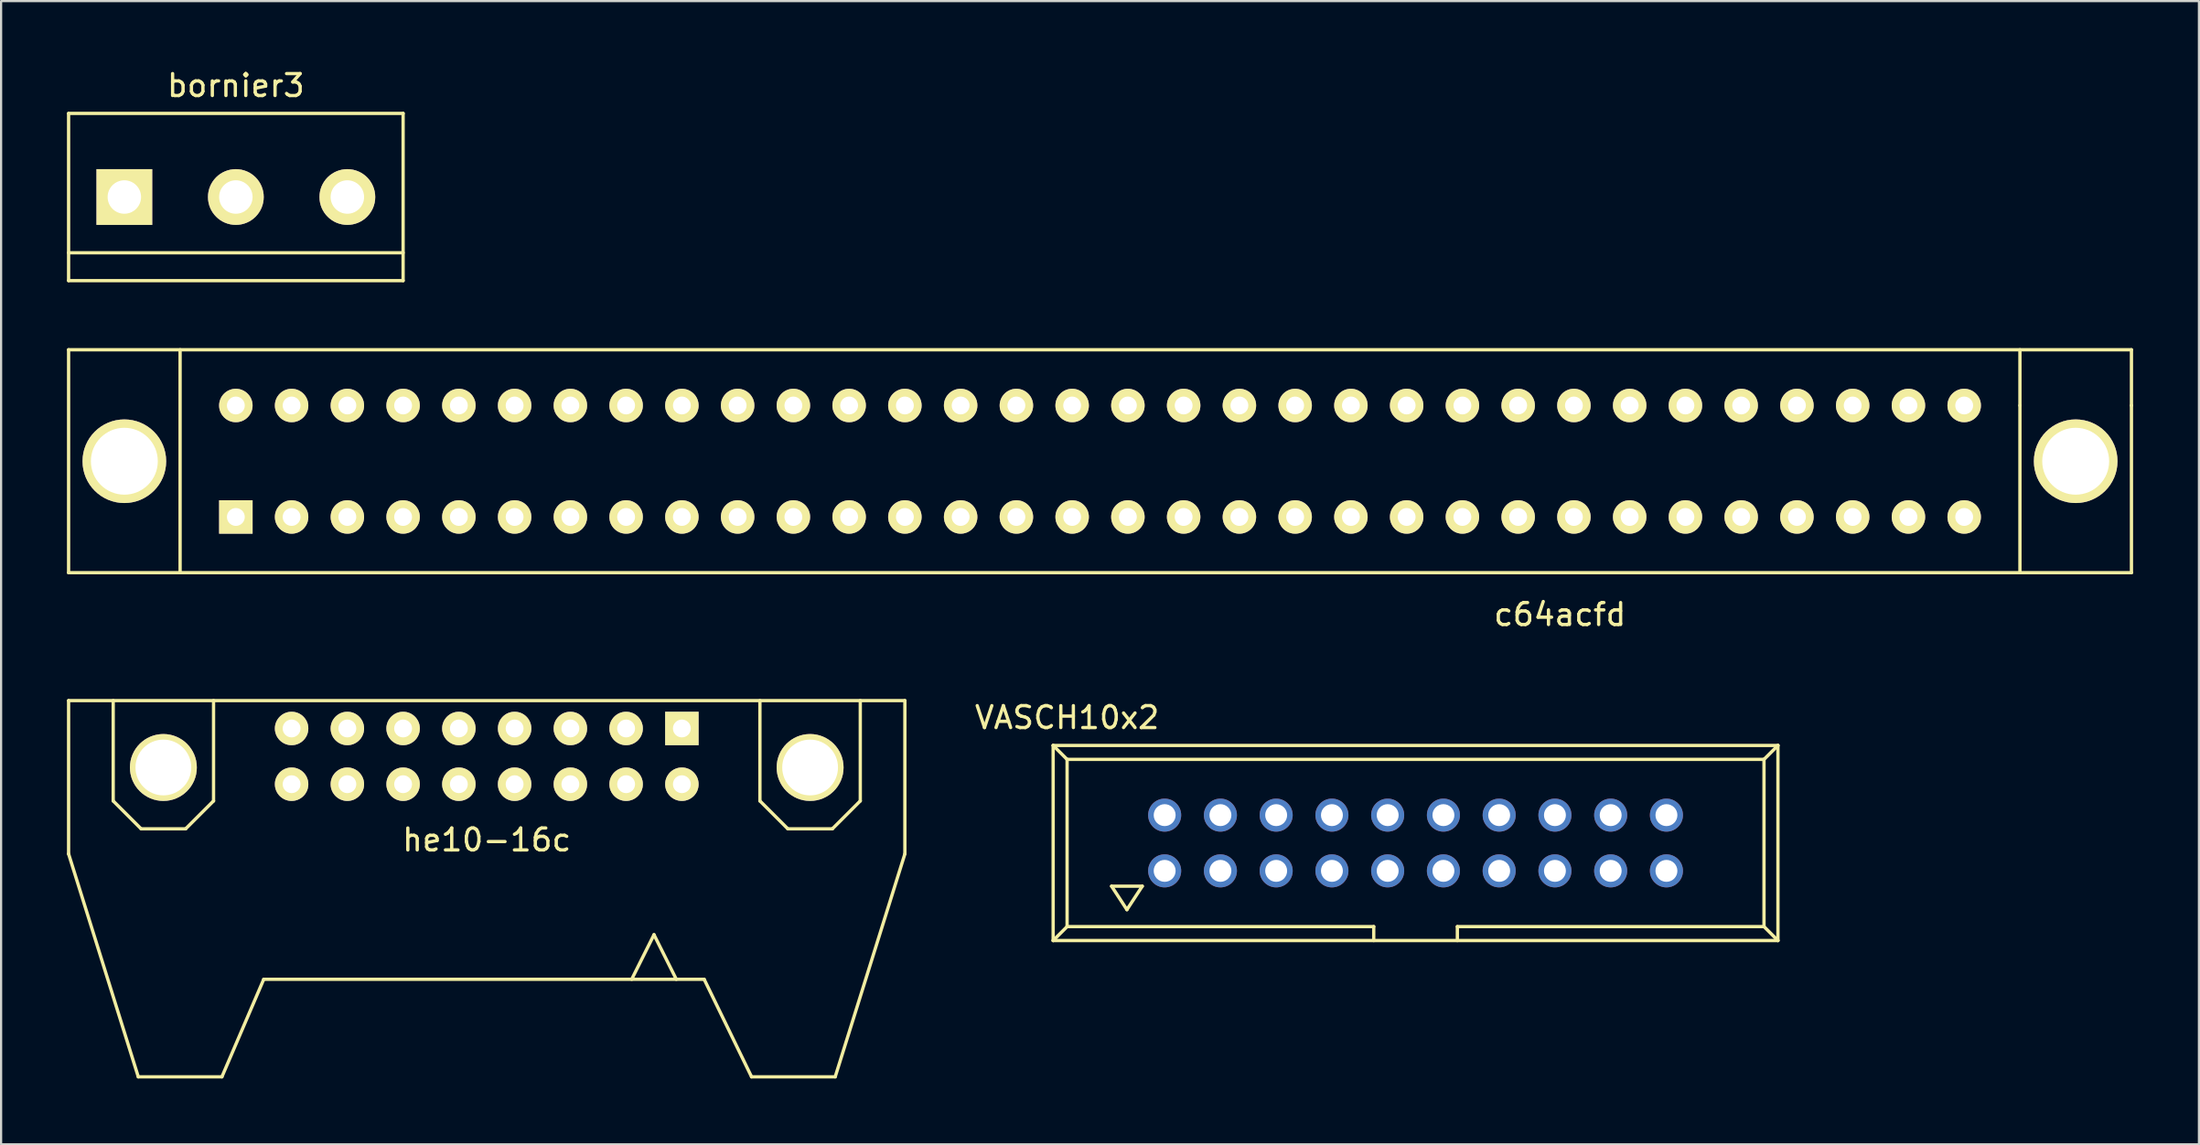
<source format=kicad_pcb>
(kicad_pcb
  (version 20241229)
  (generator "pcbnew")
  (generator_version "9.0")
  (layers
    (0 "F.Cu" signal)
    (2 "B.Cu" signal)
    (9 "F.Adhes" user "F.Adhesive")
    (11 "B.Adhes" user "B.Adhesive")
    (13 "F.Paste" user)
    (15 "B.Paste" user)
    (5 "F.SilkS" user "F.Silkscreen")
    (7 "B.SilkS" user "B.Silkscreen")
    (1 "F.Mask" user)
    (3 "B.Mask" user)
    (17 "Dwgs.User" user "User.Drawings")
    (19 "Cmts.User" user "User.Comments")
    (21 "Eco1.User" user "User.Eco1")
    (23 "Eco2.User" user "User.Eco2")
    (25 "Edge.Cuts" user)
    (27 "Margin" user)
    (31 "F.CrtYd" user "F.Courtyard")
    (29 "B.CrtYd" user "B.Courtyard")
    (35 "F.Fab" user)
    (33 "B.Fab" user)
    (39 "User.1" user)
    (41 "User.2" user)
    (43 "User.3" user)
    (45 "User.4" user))
  (footprint "he10-16c"
    (layer "F.Cu")
    (at 19.125 31.416)
    (property "Reference" "he10-16c" (at 0 3.81 0) (layer "F.SilkS") (effects (font (size 1 1) (thickness 0.15))))
    (attr through_hole)
    (fp_line (start -19.05 -2.54) (end -19.05 4.445) (stroke (width 0.15) (type solid)) (layer "F.SilkS"))
    (fp_line (start -19.05 -2.54) (end 19.05 -2.54) (stroke (width 0.15) (type solid)) (layer "F.SilkS"))
    (fp_line (start -19.05 4.445) (end -15.875 14.605) (stroke (width 0.15) (type solid)) (layer "F.SilkS"))
    (fp_line (start -17.018 2.032) (end -17.018 -2.54) (stroke (width 0.15) (type solid)) (layer "F.SilkS"))
    (fp_line (start -15.875 14.605) (end -12.065 14.605) (stroke (width 0.15) (type solid)) (layer "F.SilkS"))
    (fp_line (start -15.748 3.302) (end -17.018 2.032) (stroke (width 0.15) (type solid)) (layer "F.SilkS"))
    (fp_line (start -13.716 3.302) (end -15.748 3.302) (stroke (width 0.15) (type solid)) (layer "F.SilkS"))
    (fp_line (start -12.446 -2.54) (end -12.446 2.032) (stroke (width 0.15) (type solid)) (layer "F.SilkS"))
    (fp_line (start -12.446 2.032) (end -13.716 3.302) (stroke (width 0.15) (type solid)) (layer "F.SilkS"))
    (fp_line (start -12.065 14.605) (end -10.16 10.16) (stroke (width 0.15) (type solid)) (layer "F.SilkS"))
    (fp_line (start -10.16 10.16) (end 9.906 10.16) (stroke (width 0.15) (type solid)) (layer "F.SilkS"))
    (fp_line (start 7.62 8.128) (end 6.604 10.16) (stroke (width 0.15) (type solid)) (layer "F.SilkS"))
    (fp_line (start 8.636 10.16) (end 7.62 8.128) (stroke (width 0.15) (type solid)) (layer "F.SilkS"))
    (fp_line (start 12.065 14.605) (end 9.906 10.16) (stroke (width 0.15) (type solid)) (layer "F.SilkS"))
    (fp_line (start 12.446 2.032) (end 12.446 -2.54) (stroke (width 0.15) (type solid)) (layer "F.SilkS"))
    (fp_line (start 13.716 3.302) (end 12.446 2.032) (stroke (width 0.15) (type solid)) (layer "F.SilkS"))
    (fp_line (start 15.748 3.302) (end 13.716 3.302) (stroke (width 0.15) (type solid)) (layer "F.SilkS"))
    (fp_line (start 15.875 14.605) (end 12.065 14.605) (stroke (width 0.15) (type solid)) (layer "F.SilkS"))
    (fp_line (start 17.018 -2.54) (end 17.018 2.032) (stroke (width 0.15) (type solid)) (layer "F.SilkS"))
    (fp_line (start 17.018 2.032) (end 15.748 3.302) (stroke (width 0.15) (type solid)) (layer "F.SilkS"))
    (fp_line (start 19.05 -2.54) (end 19.05 4.445) (stroke (width 0.15) (type solid)) (layer "F.SilkS"))
    (fp_line (start 19.05 4.445) (end 15.875 14.605) (stroke (width 0.15) (type solid)) (layer "F.SilkS"))
    (pad "0" thru_hole circle (at -14.732 0.508) (size 3.048 3.048) (drill 2.54) (layers "*.Cu" "*.Mask" "F.SilkS"))
    (pad "0" thru_hole circle (at 14.732 0.508) (size 3.048 3.048) (drill 2.54) (layers "*.Cu" "*.Mask" "F.SilkS"))
    (pad "1" thru_hole rect (at 8.89 -1.27) (size 1.524 1.524) (drill 0.813) (layers "*.Cu" "*.Mask" "F.SilkS"))
    (pad "2" thru_hole circle (at 8.89 1.27) (size 1.524 1.524) (drill 0.813) (layers "*.Cu" "*.Mask" "F.SilkS"))
    (pad "3" thru_hole circle (at 6.35 -1.27) (size 1.524 1.524) (drill 0.813) (layers "*.Cu" "*.Mask" "F.SilkS"))
    (pad "4" thru_hole circle (at 6.35 1.27) (size 1.524 1.524) (drill 0.813) (layers "*.Cu" "*.Mask" "F.SilkS"))
    (pad "5" thru_hole circle (at 3.81 -1.27) (size 1.524 1.524) (drill 0.813) (layers "*.Cu" "*.Mask" "F.SilkS"))
    (pad "6" thru_hole circle (at 3.81 1.27) (size 1.524 1.524) (drill 0.813) (layers "*.Cu" "*.Mask" "F.SilkS"))
    (pad "7" thru_hole circle (at 1.27 -1.27) (size 1.524 1.524) (drill 0.813) (layers "*.Cu" "*.Mask" "F.SilkS"))
    (pad "8" thru_hole circle (at 1.27 1.27) (size 1.524 1.524) (drill 0.813) (layers "*.Cu" "*.Mask" "F.SilkS"))
    (pad "9" thru_hole circle (at -1.27 -1.27) (size 1.524 1.524) (drill 0.813) (layers "*.Cu" "*.Mask" "F.SilkS"))
    (pad "10" thru_hole circle (at -1.27 1.27) (size 1.524 1.524) (drill 0.813) (layers "*.Cu" "*.Mask" "F.SilkS"))
    (pad "11" thru_hole circle (at -3.81 -1.27) (size 1.524 1.524) (drill 0.813) (layers "*.Cu" "*.Mask" "F.SilkS"))
    (pad "12" thru_hole circle (at -3.81 1.27) (size 1.524 1.524) (drill 0.813) (layers "*.Cu" "*.Mask" "F.SilkS"))
    (pad "13" thru_hole circle (at -6.35 -1.27) (size 1.524 1.524) (drill 0.813) (layers "*.Cu" "*.Mask" "F.SilkS"))
    (pad "14" thru_hole circle (at -6.35 1.27) (size 1.524 1.524) (drill 0.813) (layers "*.Cu" "*.Mask" "F.SilkS"))
    (pad "15" thru_hole circle (at -8.89 -1.27) (size 1.524 1.524) (drill 0.813) (layers "*.Cu" "*.Mask" "F.SilkS"))
    (pad "16" thru_hole circle (at -8.89 1.27) (size 1.524 1.524) (drill 0.813) (layers "*.Cu" "*.Mask" "F.SilkS")))
  (footprint "c64acfd"
    (layer "F.Cu")
    (at 47.065 17.968)
    (property "Reference" "c64acfd" (at 20.955 6.985 0) (layer "F.SilkS") (effects (font (size 1 1) (thickness 0.15))))
    (attr through_hole)
    (fp_line (start -46.99 5.08) (end -46.99 -5.08) (stroke (width 0.15) (type solid)) (layer "F.SilkS"))
    (fp_line (start -41.91 -5.08) (end -41.91 5.08) (stroke (width 0.15) (type solid)) (layer "F.SilkS"))
    (fp_line (start 41.91 -2.54) (end 41.91 -5.08) (stroke (width 0.15) (type solid)) (layer "F.SilkS"))
    (fp_line (start 41.91 -2.54) (end 41.91 5.08) (stroke (width 0.15) (type solid)) (layer "F.SilkS"))
    (fp_line (start 46.99 -5.08) (end -46.99 -5.08) (stroke (width 0.15) (type solid)) (layer "F.SilkS"))
    (fp_line (start 46.99 -2.54) (end 46.99 -5.08) (stroke (width 0.15) (type solid)) (layer "F.SilkS"))
    (fp_line (start 46.99 -2.54) (end 46.99 5.08) (stroke (width 0.15) (type solid)) (layer "F.SilkS"))
    (fp_line (start 46.99 5.08) (end -46.99 5.08) (stroke (width 0.15) (type solid)) (layer "F.SilkS"))
    (pad "65" thru_hole circle (at 44.45 0) (size 3.81 3.81) (drill 3.048) (layers "*.Cu" "*.Mask" "F.SilkS"))
    (pad "66" thru_hole circle (at -44.45 0) (size 3.81 3.81) (drill 3.048) (layers "*.Cu" "*.Mask" "F.SilkS"))
    (pad "A1" thru_hole rect (at -39.37 2.54) (size 1.524 1.524) (drill 0.813) (layers "*.Cu" "*.Mask" "F.SilkS"))
    (pad "A2" thru_hole circle (at -36.83 2.54) (size 1.524 1.524) (drill 0.813) (layers "*.Cu" "*.Mask" "F.SilkS"))
    (pad "A3" thru_hole circle (at -34.29 2.54) (size 1.524 1.524) (drill 0.813) (layers "*.Cu" "*.Mask" "F.SilkS"))
    (pad "A4" thru_hole circle (at -31.75 2.54) (size 1.524 1.524) (drill 0.813) (layers "*.Cu" "*.Mask" "F.SilkS"))
    (pad "A5" thru_hole circle (at -29.21 2.54) (size 1.524 1.524) (drill 0.813) (layers "*.Cu" "*.Mask" "F.SilkS"))
    (pad "A6" thru_hole circle (at -26.67 2.54) (size 1.524 1.524) (drill 0.813) (layers "*.Cu" "*.Mask" "F.SilkS"))
    (pad "A7" thru_hole circle (at -24.13 2.54) (size 1.524 1.524) (drill 0.813) (layers "*.Cu" "*.Mask" "F.SilkS"))
    (pad "A8" thru_hole circle (at -21.59 2.54) (size 1.524 1.524) (drill 0.813) (layers "*.Cu" "*.Mask" "F.SilkS"))
    (pad "A9" thru_hole circle (at -19.05 2.54) (size 1.524 1.524) (drill 0.813) (layers "*.Cu" "*.Mask" "F.SilkS"))
    (pad "A10" thru_hole circle (at -16.51 2.54) (size 1.524 1.524) (drill 0.813) (layers "*.Cu" "*.Mask" "F.SilkS"))
    (pad "A11" thru_hole circle (at -13.97 2.54) (size 1.524 1.524) (drill 0.813) (layers "*.Cu" "*.Mask" "F.SilkS"))
    (pad "A12" thru_hole circle (at -11.43 2.54) (size 1.524 1.524) (drill 0.813) (layers "*.Cu" "*.Mask" "F.SilkS"))
    (pad "A13" thru_hole circle (at -8.89 2.54) (size 1.524 1.524) (drill 0.813) (layers "*.Cu" "*.Mask" "F.SilkS"))
    (pad "A14" thru_hole circle (at -6.35 2.54) (size 1.524 1.524) (drill 0.813) (layers "*.Cu" "*.Mask" "F.SilkS"))
    (pad "A15" thru_hole circle (at -3.81 2.54) (size 1.524 1.524) (drill 0.813) (layers "*.Cu" "*.Mask" "F.SilkS"))
    (pad "A16" thru_hole circle (at -1.27 2.54) (size 1.524 1.524) (drill 0.813) (layers "*.Cu" "*.Mask" "F.SilkS"))
    (pad "A17" thru_hole circle (at 1.27 2.54) (size 1.524 1.524) (drill 0.813) (layers "*.Cu" "*.Mask" "F.SilkS"))
    (pad "A18" thru_hole circle (at 3.81 2.54) (size 1.524 1.524) (drill 0.813) (layers "*.Cu" "*.Mask" "F.SilkS"))
    (pad "A19" thru_hole circle (at 6.35 2.54) (size 1.524 1.524) (drill 0.813) (layers "*.Cu" "*.Mask" "F.SilkS"))
    (pad "A20" thru_hole circle (at 8.89 2.54) (size 1.524 1.524) (drill 0.813) (layers "*.Cu" "*.Mask" "F.SilkS"))
    (pad "A21" thru_hole circle (at 11.43 2.54) (size 1.524 1.524) (drill 0.813) (layers "*.Cu" "*.Mask" "F.SilkS"))
    (pad "A22" thru_hole circle (at 13.97 2.54) (size 1.524 1.524) (drill 0.813) (layers "*.Cu" "*.Mask" "F.SilkS"))
    (pad "A23" thru_hole circle (at 16.51 2.54) (size 1.524 1.524) (drill 0.813) (layers "*.Cu" "*.Mask" "F.SilkS"))
    (pad "A24" thru_hole circle (at 19.05 2.54) (size 1.524 1.524) (drill 0.813) (layers "*.Cu" "*.Mask" "F.SilkS"))
    (pad "A25" thru_hole circle (at 21.59 2.54) (size 1.524 1.524) (drill 0.813) (layers "*.Cu" "*.Mask" "F.SilkS"))
    (pad "A26" thru_hole circle (at 24.13 2.54) (size 1.524 1.524) (drill 0.813) (layers "*.Cu" "*.Mask" "F.SilkS"))
    (pad "A27" thru_hole circle (at 26.67 2.54) (size 1.524 1.524) (drill 0.813) (layers "*.Cu" "*.Mask" "F.SilkS"))
    (pad "A28" thru_hole circle (at 29.21 2.54) (size 1.524 1.524) (drill 0.813) (layers "*.Cu" "*.Mask" "F.SilkS"))
    (pad "A29" thru_hole circle (at 31.75 2.54) (size 1.524 1.524) (drill 0.813) (layers "*.Cu" "*.Mask" "F.SilkS"))
    (pad "A30" thru_hole circle (at 34.29 2.54) (size 1.524 1.524) (drill 0.813) (layers "*.Cu" "*.Mask" "F.SilkS"))
    (pad "A31" thru_hole circle (at 36.83 2.54) (size 1.524 1.524) (drill 0.813) (layers "*.Cu" "*.Mask" "F.SilkS"))
    (pad "A32" thru_hole circle (at 39.37 2.54) (size 1.524 1.524) (drill 0.813) (layers "*.Cu" "*.Mask" "F.SilkS"))
    (pad "C1" thru_hole circle (at -39.37 -2.54) (size 1.524 1.524) (drill 0.813) (layers "*.Cu" "*.Mask" "F.SilkS"))
    (pad "C2" thru_hole circle (at -36.83 -2.54) (size 1.524 1.524) (drill 0.813) (layers "*.Cu" "*.Mask" "F.SilkS"))
    (pad "C3" thru_hole circle (at -34.29 -2.54) (size 1.524 1.524) (drill 0.813) (layers "*.Cu" "*.Mask" "F.SilkS"))
    (pad "C4" thru_hole circle (at -31.75 -2.54) (size 1.524 1.524) (drill 0.813) (layers "*.Cu" "*.Mask" "F.SilkS"))
    (pad "C5" thru_hole circle (at -29.21 -2.54) (size 1.524 1.524) (drill 0.813) (layers "*.Cu" "*.Mask" "F.SilkS"))
    (pad "C6" thru_hole circle (at -26.67 -2.54) (size 1.524 1.524) (drill 0.813) (layers "*.Cu" "*.Mask" "F.SilkS"))
    (pad "C7" thru_hole circle (at -24.13 -2.54) (size 1.524 1.524) (drill 0.813) (layers "*.Cu" "*.Mask" "F.SilkS"))
    (pad "C8" thru_hole circle (at -21.59 -2.54) (size 1.524 1.524) (drill 0.813) (layers "*.Cu" "*.Mask" "F.SilkS"))
    (pad "C9" thru_hole circle (at -19.05 -2.54) (size 1.524 1.524) (drill 0.813) (layers "*.Cu" "*.Mask" "F.SilkS"))
    (pad "C10" thru_hole circle (at -16.51 -2.54) (size 1.524 1.524) (drill 0.813) (layers "*.Cu" "*.Mask" "F.SilkS"))
    (pad "C11" thru_hole circle (at -13.97 -2.54) (size 1.524 1.524) (drill 0.813) (layers "*.Cu" "*.Mask" "F.SilkS"))
    (pad "C12" thru_hole circle (at -11.43 -2.54) (size 1.524 1.524) (drill 0.813) (layers "*.Cu" "*.Mask" "F.SilkS"))
    (pad "C13" thru_hole circle (at -8.89 -2.54) (size 1.524 1.524) (drill 0.813) (layers "*.Cu" "*.Mask" "F.SilkS"))
    (pad "C14" thru_hole circle (at -6.35 -2.54) (size 1.524 1.524) (drill 0.813) (layers "*.Cu" "*.Mask" "F.SilkS"))
    (pad "C15" thru_hole circle (at -3.81 -2.54) (size 1.524 1.524) (drill 0.813) (layers "*.Cu" "*.Mask" "F.SilkS"))
    (pad "C16" thru_hole circle (at -1.27 -2.54) (size 1.524 1.524) (drill 0.813) (layers "*.Cu" "*.Mask" "F.SilkS"))
    (pad "C17" thru_hole circle (at 1.27 -2.54) (size 1.524 1.524) (drill 0.813) (layers "*.Cu" "*.Mask" "F.SilkS"))
    (pad "C18" thru_hole circle (at 3.81 -2.54) (size 1.524 1.524) (drill 0.813) (layers "*.Cu" "*.Mask" "F.SilkS"))
    (pad "C19" thru_hole circle (at 6.35 -2.54) (size 1.524 1.524) (drill 0.813) (layers "*.Cu" "*.Mask" "F.SilkS"))
    (pad "C20" thru_hole circle (at 8.89 -2.54) (size 1.524 1.524) (drill 0.813) (layers "*.Cu" "*.Mask" "F.SilkS"))
    (pad "C21" thru_hole circle (at 11.43 -2.54) (size 1.524 1.524) (drill 0.813) (layers "*.Cu" "*.Mask" "F.SilkS"))
    (pad "C22" thru_hole circle (at 13.97 -2.54) (size 1.524 1.524) (drill 0.813) (layers "*.Cu" "*.Mask" "F.SilkS"))
    (pad "C23" thru_hole circle (at 16.51 -2.54) (size 1.524 1.524) (drill 0.813) (layers "*.Cu" "*.Mask" "F.SilkS"))
    (pad "C24" thru_hole circle (at 19.05 -2.54) (size 1.524 1.524) (drill 0.813) (layers "*.Cu" "*.Mask" "F.SilkS"))
    (pad "C25" thru_hole circle (at 21.59 -2.54) (size 1.524 1.524) (drill 0.813) (layers "*.Cu" "*.Mask" "F.SilkS"))
    (pad "C26" thru_hole circle (at 24.13 -2.54) (size 1.524 1.524) (drill 0.813) (layers "*.Cu" "*.Mask" "F.SilkS"))
    (pad "C27" thru_hole circle (at 26.67 -2.54) (size 1.524 1.524) (drill 0.813) (layers "*.Cu" "*.Mask" "F.SilkS"))
    (pad "C28" thru_hole circle (at 29.21 -2.54) (size 1.524 1.524) (drill 0.813) (layers "*.Cu" "*.Mask" "F.SilkS"))
    (pad "C29" thru_hole circle (at 31.75 -2.54) (size 1.524 1.524) (drill 0.813) (layers "*.Cu" "*.Mask" "F.SilkS"))
    (pad "C30" thru_hole circle (at 34.29 -2.54) (size 1.524 1.524) (drill 0.813) (layers "*.Cu" "*.Mask" "F.SilkS"))
    (pad "C31" thru_hole circle (at 36.83 -2.54) (size 1.524 1.524) (drill 0.813) (layers "*.Cu" "*.Mask" "F.SilkS"))
    (pad "C32" thru_hole circle (at 39.37 -2.54) (size 1.524 1.524) (drill 0.813) (layers "*.Cu" "*.Mask" "F.SilkS")))
  (footprint "VASCH10x2"
    (layer "F.Cu")
    (at 61.44 35.365)
    (property "Reference" "VASCH10x2" (at -15.875 -5.715 0) (layer "F.SilkS") (effects (font (size 1 1) (thickness 0.15))))
    (attr exclude_from_pos_files exclude_from_bom)
    (fp_line (start -16.51 -4.445) (end -16.51 4.445) (stroke (width 0.15) (type solid)) (layer "F.SilkS"))
    (fp_line (start -16.51 -4.445) (end -15.875 -3.81) (stroke (width 0.15) (type solid)) (layer "F.SilkS"))
    (fp_line (start -16.51 4.445) (end 16.51 4.445) (stroke (width 0.15) (type solid)) (layer "F.SilkS"))
    (fp_line (start -15.875 -3.81) (end -15.875 3.81) (stroke (width 0.15) (type solid)) (layer "F.SilkS"))
    (fp_line (start -15.875 -3.81) (end 15.875 -3.81) (stroke (width 0.15) (type solid)) (layer "F.SilkS"))
    (fp_line (start -15.875 3.81) (end -16.51 4.445) (stroke (width 0.15) (type solid)) (layer "F.SilkS"))
    (fp_line (start -15.875 3.81) (end -1.905 3.81) (stroke (width 0.15) (type solid)) (layer "F.SilkS"))
    (fp_line (start -13.848 1.968) (end -13.15 3.038) (stroke (width 0.15) (type solid)) (layer "F.SilkS"))
    (fp_line (start -13.15 3.038) (end -12.449 1.968) (stroke (width 0.15) (type solid)) (layer "F.SilkS"))
    (fp_line (start -12.449 1.968) (end -13.848 1.968) (stroke (width 0.15) (type solid)) (layer "F.SilkS"))
    (fp_line (start -1.905 3.81) (end -1.905 4.445) (stroke (width 0.15) (type solid)) (layer "F.SilkS"))
    (fp_line (start 1.905 3.81) (end 1.905 4.445) (stroke (width 0.15) (type solid)) (layer "F.SilkS"))
    (fp_line (start 15.875 -3.81) (end 15.875 3.81) (stroke (width 0.15) (type solid)) (layer "F.SilkS"))
    (fp_line (start 15.875 -3.81) (end 16.51 -4.445) (stroke (width 0.15) (type solid)) (layer "F.SilkS"))
    (fp_line (start 15.875 3.81) (end 1.905 3.81) (stroke (width 0.15) (type solid)) (layer "F.SilkS"))
    (fp_line (start 15.875 3.81) (end 16.51 4.445) (stroke (width 0.15) (type solid)) (layer "F.SilkS"))
    (fp_line (start 16.51 -4.445) (end -16.51 -4.445) (stroke (width 0.15) (type solid)) (layer "F.SilkS"))
    (fp_line (start 16.51 -4.445) (end 16.51 4.445) (stroke (width 0.15) (type solid)) (layer "F.SilkS"))
    (pad "1" thru_hole circle (at -11.43 1.27) (size 1.506 1.506) (drill 0.998) (layers "*.Cu" "*.Mask"))
    (pad "2" thru_hole circle (at -11.43 -1.27) (size 1.506 1.506) (drill 0.998) (layers "*.Cu" "*.Mask"))
    (pad "3" thru_hole circle (at -8.89 1.27) (size 1.506 1.506) (drill 0.998) (layers "*.Cu" "*.Mask"))
    (pad "4" thru_hole circle (at -8.89 -1.27) (size 1.506 1.506) (drill 0.998) (layers "*.Cu" "*.Mask"))
    (pad "5" thru_hole circle (at -6.35 1.27) (size 1.506 1.506) (drill 0.998) (layers "*.Cu" "*.Mask"))
    (pad "6" thru_hole circle (at -6.35 -1.27) (size 1.506 1.506) (drill 0.998) (layers "*.Cu" "*.Mask"))
    (pad "7" thru_hole circle (at -3.81 1.27) (size 1.506 1.506) (drill 0.998) (layers "*.Cu" "*.Mask"))
    (pad "8" thru_hole circle (at -3.81 -1.27) (size 1.506 1.506) (drill 0.998) (layers "*.Cu" "*.Mask"))
    (pad "9" thru_hole circle (at -1.27 1.27) (size 1.506 1.506) (drill 0.998) (layers "*.Cu" "*.Mask"))
    (pad "10" thru_hole circle (at -1.27 -1.27) (size 1.506 1.506) (drill 0.998) (layers "*.Cu" "*.Mask"))
    (pad "11" thru_hole circle (at 1.27 1.27) (size 1.506 1.506) (drill 0.998) (layers "*.Cu" "*.Mask"))
    (pad "12" thru_hole circle (at 1.27 -1.27) (size 1.506 1.506) (drill 0.998) (layers "*.Cu" "*.Mask"))
    (pad "13" thru_hole circle (at 3.81 1.27) (size 1.506 1.506) (drill 0.998) (layers "*.Cu" "*.Mask"))
    (pad "14" thru_hole circle (at 3.81 -1.27) (size 1.506 1.506) (drill 0.998) (layers "*.Cu" "*.Mask"))
    (pad "15" thru_hole circle (at 6.35 1.27) (size 1.506 1.506) (drill 0.998) (layers "*.Cu" "*.Mask"))
    (pad "16" thru_hole circle (at 6.35 -1.27) (size 1.506 1.506) (drill 0.998) (layers "*.Cu" "*.Mask"))
    (pad "17" thru_hole circle (at 8.89 1.27) (size 1.506 1.506) (drill 0.998) (layers "*.Cu" "*.Mask"))
    (pad "18" thru_hole circle (at 8.89 -1.27) (size 1.506 1.506) (drill 0.998) (layers "*.Cu" "*.Mask"))
    (pad "19" thru_hole circle (at 11.43 1.27) (size 1.506 1.506) (drill 0.998) (layers "*.Cu" "*.Mask"))
    (pad "20" thru_hole circle (at 11.43 -1.27) (size 1.506 1.506) (drill 0.998) (layers "*.Cu" "*.Mask")))
  (footprint "bornier3"
    (layer "F.Cu")
    (at 7.695 5.928)
    (property "Reference" "bornier3" (at 0 -5.08 0) (layer "F.SilkS") (effects (font (size 1 1) (thickness 0.15))))
    (attr through_hole)
    (fp_line (start -7.62 -3.81) (end 7.62 -3.81) (stroke (width 0.15) (type solid)) (layer "F.SilkS"))
    (fp_line (start -7.62 2.54) (end 7.62 2.54) (stroke (width 0.15) (type solid)) (layer "F.SilkS"))
    (fp_line (start -7.62 3.81) (end -7.62 -3.81) (stroke (width 0.15) (type solid)) (layer "F.SilkS"))
    (fp_line (start -7.62 3.81) (end 7.62 3.81) (stroke (width 0.15) (type solid)) (layer "F.SilkS"))
    (fp_line (start 7.62 3.81) (end 7.62 -3.81) (stroke (width 0.15) (type solid)) (layer "F.SilkS"))
    (pad "1" thru_hole rect (at -5.08 0) (size 2.54 2.54) (drill 1.524) (layers "*.Cu" "*.Mask" "F.SilkS"))
    (pad "2" thru_hole circle (at 0 0) (size 2.54 2.54) (drill 1.524) (layers "*.Cu" "*.Mask" "F.SilkS"))
    (pad "3" thru_hole circle (at 5.08 0) (size 2.54 2.54) (drill 1.524) (layers "*.Cu" "*.Mask" "F.SilkS")))
  (gr_rect
    (start -3 -3)
    (end 97.13 49.096)
    (stroke (width 0.1) (type default))
    (fill no)
    (layer "Edge.Cuts")))
</source>
